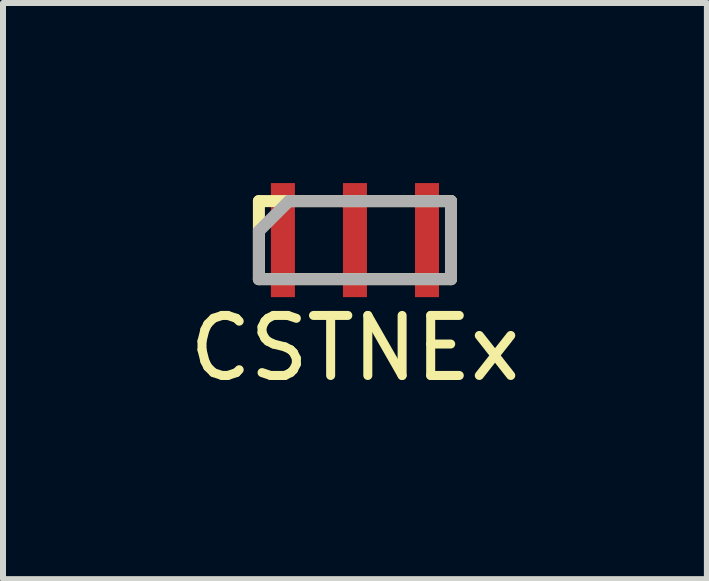
<source format=kicad_pcb>
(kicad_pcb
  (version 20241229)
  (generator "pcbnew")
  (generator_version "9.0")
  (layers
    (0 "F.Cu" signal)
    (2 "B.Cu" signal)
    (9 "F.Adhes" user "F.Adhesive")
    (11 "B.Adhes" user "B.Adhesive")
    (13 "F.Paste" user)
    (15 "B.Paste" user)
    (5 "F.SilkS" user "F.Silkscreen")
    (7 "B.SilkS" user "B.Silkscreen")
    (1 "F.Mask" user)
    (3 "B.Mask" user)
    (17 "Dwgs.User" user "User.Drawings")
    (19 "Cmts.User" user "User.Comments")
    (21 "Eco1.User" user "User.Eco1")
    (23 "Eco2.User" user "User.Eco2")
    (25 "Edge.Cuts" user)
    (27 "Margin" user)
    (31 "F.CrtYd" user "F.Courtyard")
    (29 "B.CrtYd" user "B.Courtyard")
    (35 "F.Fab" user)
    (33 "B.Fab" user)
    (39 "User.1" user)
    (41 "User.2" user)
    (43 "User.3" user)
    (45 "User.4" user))
  (footprint "CSTNEx"
    (layer "F.Cu")
    (at 2.863 0.95)
    (property "Reference" "CSTNEx" (at 0 1.8 0) (layer "F.SilkS") (effects (font (size 1 1) (thickness 0.15))))
    (attr through_hole)
    (fp_line (start -1.6 -0.65) (end -1.6 0.65) (stroke (width 0.2) (type solid)) (layer "F.SilkS"))
    (fp_line (start -1.6 0.65) (end 1.6 0.65) (stroke (width 0.2) (type solid)) (layer "F.SilkS"))
    (fp_line (start 1.6 -0.65) (end -1.6 -0.65) (stroke (width 0.2) (type solid)) (layer "F.SilkS"))
    (fp_line (start 1.6 0.65) (end 1.6 -0.65) (stroke (width 0.2) (type solid)) (layer "F.SilkS"))
    (fp_line (start -1.6 -0.15) (end -1.1 -0.65) (stroke (width 0.2) (type solid)) (layer "F.Fab"))
    (fp_line (start -1.6 0.65) (end -1.6 -0.15) (stroke (width 0.2) (type solid)) (layer "F.Fab"))
    (fp_line (start -1.6 0.65) (end 1.6 0.65) (stroke (width 0.2) (type solid)) (layer "F.Fab"))
    (fp_line (start -1.1 -0.65) (end 1.6 -0.65) (stroke (width 0.2) (type solid)) (layer "F.Fab"))
    (fp_line (start 1.6 0.65) (end 1.6 -0.65) (stroke (width 0.2) (type solid)) (layer "F.Fab"))
    (pad "1" smd rect (at -1.2 0) (size 0.4 1.9) (layers "F.Cu" "F.Mask" "F.Paste"))
    (pad "2" smd rect (at 0 0) (size 0.4 1.9) (layers "F.Cu" "F.Mask" "F.Paste"))
    (pad "3" smd rect (at 1.2 0) (size 0.4 1.9) (layers "F.Cu" "F.Mask" "F.Paste")))
  (gr_rect
    (start -3 -3)
    (end 8.726 6.598)
    (stroke (width 0.1) (type default))
    (fill no)
    (layer "Edge.Cuts")))
</source>
